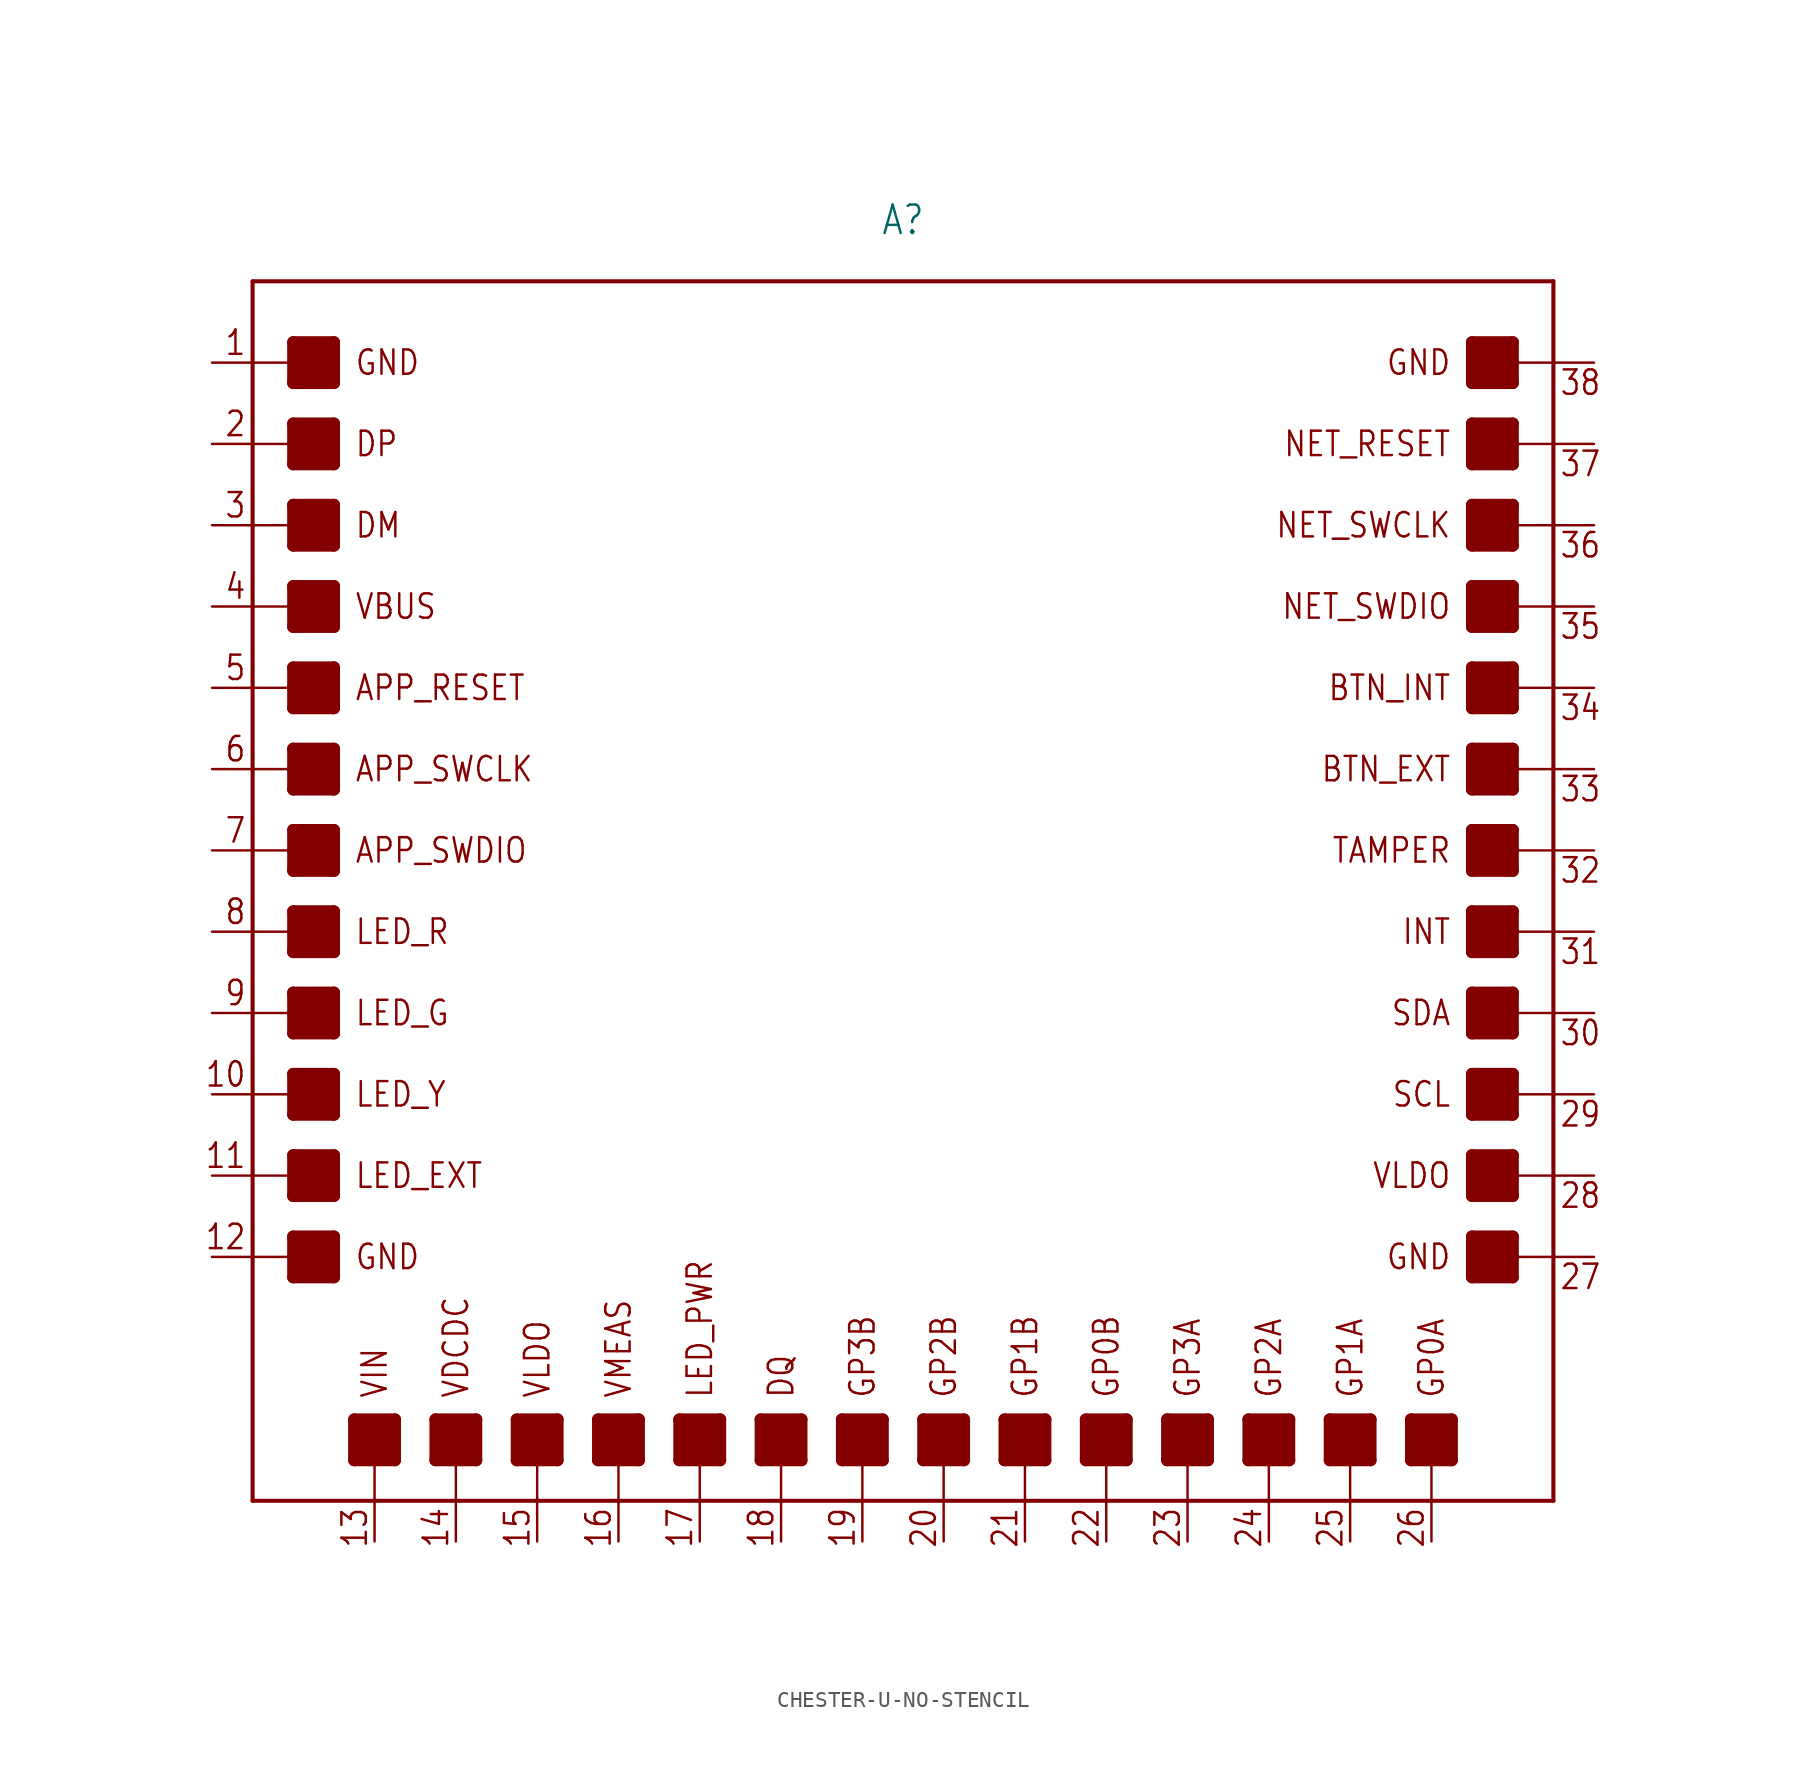
<source format=kicad_sym>
(kicad_symbol_lib
  (version 20231120)
  (generator "kicad_symbol_editor")
  (generator_version "8.0")
  (symbol "CHESTER-U-NO-STENCIL"
    (property "Reference" "A"
      (at 0 40.894 0)
      (effects (font (size 1.778 1.511)) (justify bottom)))
    (property "Value" ""
      (at 0 40.386 0)
      (effects (font (size 1.778 1.511)) (justify top)))
    (property "ki_locked" ""
      (at 0 0 0)
      (effects (font (size 1.27 1.27))))
    (symbol "CHESTER-U-NO-STENCIL_1_0"
      (rectangle (start -38.1 -24.13) (end -35.56 -21.59) (stroke (width 0) (type default)) (fill (type outline)))
      (rectangle (start -38.1 -19.05) (end -35.56 -16.51) (stroke (width 0) (type default)) (fill (type outline)))
      (rectangle (start -38.1 -13.97) (end -35.56 -11.43) (stroke (width 0) (type default)) (fill (type outline)))
      (rectangle (start -38.1 -8.89) (end -35.56 -6.35) (stroke (width 0) (type default)) (fill (type outline)))
      (rectangle (start -38.1 -3.81) (end -35.56 -1.27) (stroke (width 0) (type default)) (fill (type outline)))
      (rectangle (start -38.1 1.27) (end -35.56 3.81) (stroke (width 0) (type default)) (fill (type outline)))
      (rectangle (start -38.1 6.35) (end -35.56 8.89) (stroke (width 0) (type default)) (fill (type outline)))
      (rectangle (start -38.1 11.43) (end -35.56 13.97) (stroke (width 0) (type default)) (fill (type outline)))
      (rectangle (start -38.1 16.51) (end -35.56 19.05) (stroke (width 0) (type default)) (fill (type outline)))
      (rectangle (start -38.1 21.59) (end -35.56 24.13) (stroke (width 0) (type default)) (fill (type outline)))
      (rectangle (start -38.1 26.67) (end -35.56 29.21) (stroke (width 0) (type default)) (fill (type outline)))
      (rectangle (start -38.1 31.75) (end -35.56 34.29) (stroke (width 0) (type default)) (fill (type outline)))
      (rectangle (start -34.29 -33.02) (end -31.75 -35.56) (stroke (width 0) (type default)) (fill (type outline)))
      (rectangle (start -29.21 -33.02) (end -26.67 -35.56) (stroke (width 0) (type default)) (fill (type outline)))
      (rectangle (start -24.13 -33.02) (end -21.59 -35.56) (stroke (width 0) (type default)) (fill (type outline)))
      (rectangle (start -19.05 -33.02) (end -16.51 -35.56) (stroke (width 0) (type default)) (fill (type outline)))
      (rectangle (start -13.97 -33.02) (end -11.43 -35.56) (stroke (width 0) (type default)) (fill (type outline)))
      (rectangle (start -8.89 -33.02) (end -6.35 -35.56) (stroke (width 0) (type default)) (fill (type outline)))
      (rectangle (start -3.81 -33.02) (end -1.27 -35.56) (stroke (width 0) (type default)) (fill (type outline)))
      (polyline (pts (xy -40.64 -38.1) (xy -33.02 -38.1)) (stroke (width 0.254) (type solid)) (fill (type none)))
      (polyline (pts (xy -40.64 -22.86) (xy -40.64 -38.1)) (stroke (width 0.254) (type solid)) (fill (type none)))
      (polyline (pts (xy -40.64 -22.86) (xy -38.1 -22.86)) (stroke (width 0.152) (type solid)) (fill (type none)))
      (polyline (pts (xy -40.64 -17.78) (xy -40.64 -22.86)) (stroke (width 0.254) (type solid)) (fill (type none)))
      (polyline (pts (xy -40.64 -17.78) (xy -38.1 -17.78)) (stroke (width 0.152) (type solid)) (fill (type none)))
      (polyline (pts (xy -40.64 -12.7) (xy -40.64 -17.78)) (stroke (width 0.254) (type solid)) (fill (type none)))
      (polyline (pts (xy -40.64 -12.7) (xy -38.1 -12.7)) (stroke (width 0.152) (type solid)) (fill (type none)))
      (polyline (pts (xy -40.64 -7.62) (xy -40.64 -12.7)) (stroke (width 0.254) (type solid)) (fill (type none)))
      (polyline (pts (xy -40.64 -7.62) (xy -38.1 -7.62)) (stroke (width 0.152) (type solid)) (fill (type none)))
      (polyline (pts (xy -40.64 -2.54) (xy -40.64 -7.62)) (stroke (width 0.254) (type solid)) (fill (type none)))
      (polyline (pts (xy -40.64 -2.54) (xy -38.1 -2.54)) (stroke (width 0.152) (type solid)) (fill (type none)))
      (polyline (pts (xy -40.64 2.54) (xy -40.64 -2.54)) (stroke (width 0.254) (type solid)) (fill (type none)))
      (polyline (pts (xy -40.64 2.54) (xy -38.1 2.54)) (stroke (width 0.152) (type solid)) (fill (type none)))
      (polyline (pts (xy -40.64 7.62) (xy -40.64 2.54)) (stroke (width 0.254) (type solid)) (fill (type none)))
      (polyline (pts (xy -40.64 7.62) (xy -38.1 7.62)) (stroke (width 0.152) (type solid)) (fill (type none)))
      (polyline (pts (xy -40.64 12.7) (xy -40.64 7.62)) (stroke (width 0.254) (type solid)) (fill (type none)))
      (polyline (pts (xy -40.64 12.7) (xy -38.1 12.7)) (stroke (width 0.152) (type solid)) (fill (type none)))
      (polyline (pts (xy -40.64 17.78) (xy -40.64 12.7)) (stroke (width 0.254) (type solid)) (fill (type none)))
      (polyline (pts (xy -40.64 17.78) (xy -38.1 17.78)) (stroke (width 0.152) (type solid)) (fill (type none)))
      (polyline (pts (xy -40.64 22.86) (xy -40.64 17.78)) (stroke (width 0.254) (type solid)) (fill (type none)))
      (polyline (pts (xy -40.64 22.86) (xy -38.1 22.86)) (stroke (width 0.152) (type solid)) (fill (type none)))
      (polyline (pts (xy -40.64 27.94) (xy -40.64 22.86)) (stroke (width 0.254) (type solid)) (fill (type none)))
      (polyline (pts (xy -40.64 27.94) (xy -38.1 27.94)) (stroke (width 0.152) (type solid)) (fill (type none)))
      (polyline (pts (xy -40.64 33.02) (xy -40.64 27.94)) (stroke (width 0.254) (type solid)) (fill (type none)))
      (polyline (pts (xy -40.64 33.02) (xy -38.1 33.02)) (stroke (width 0.152) (type solid)) (fill (type none)))
      (polyline (pts (xy -40.64 38.1) (xy -40.64 33.02)) (stroke (width 0.254) (type solid)) (fill (type none)))
      (polyline (pts (xy -40.64 38.1) (xy 40.64 38.1)) (stroke (width 0.254) (type solid)) (fill (type none)))
      (polyline (pts (xy -38.1 -24.13) (xy -35.56 -24.13)) (stroke (width 0.762) (type solid)) (fill (type none)))
      (polyline (pts (xy -38.1 -22.86) (xy -38.1 -24.13)) (stroke (width 0.762) (type solid)) (fill (type none)))
      (polyline (pts (xy -38.1 -21.59) (xy -38.1 -22.86)) (stroke (width 0.762) (type solid)) (fill (type none)))
      (polyline (pts (xy -38.1 -21.59) (xy -35.56 -21.59)) (stroke (width 0.762) (type solid)) (fill (type none)))
      (polyline (pts (xy -38.1 -19.05) (xy -35.56 -19.05)) (stroke (width 0.762) (type solid)) (fill (type none)))
      (polyline (pts (xy -38.1 -17.78) (xy -38.1 -19.05)) (stroke (width 0.762) (type solid)) (fill (type none)))
      (polyline (pts (xy -38.1 -16.51) (xy -38.1 -17.78)) (stroke (width 0.762) (type solid)) (fill (type none)))
      (polyline (pts (xy -38.1 -16.51) (xy -35.56 -16.51)) (stroke (width 0.762) (type solid)) (fill (type none)))
      (polyline (pts (xy -38.1 -13.97) (xy -35.56 -13.97)) (stroke (width 0.762) (type solid)) (fill (type none)))
      (polyline (pts (xy -38.1 -12.7) (xy -38.1 -13.97)) (stroke (width 0.762) (type solid)) (fill (type none)))
      (polyline (pts (xy -38.1 -11.43) (xy -38.1 -12.7)) (stroke (width 0.762) (type solid)) (fill (type none)))
      (polyline (pts (xy -38.1 -11.43) (xy -35.56 -11.43)) (stroke (width 0.762) (type solid)) (fill (type none)))
      (polyline (pts (xy -38.1 -8.89) (xy -35.56 -8.89)) (stroke (width 0.762) (type solid)) (fill (type none)))
      (polyline (pts (xy -38.1 -7.62) (xy -38.1 -8.89)) (stroke (width 0.762) (type solid)) (fill (type none)))
      (polyline (pts (xy -38.1 -6.35) (xy -38.1 -7.62)) (stroke (width 0.762) (type solid)) (fill (type none)))
      (polyline (pts (xy -38.1 -6.35) (xy -35.56 -6.35)) (stroke (width 0.762) (type solid)) (fill (type none)))
      (polyline (pts (xy -38.1 -3.81) (xy -35.56 -3.81)) (stroke (width 0.762) (type solid)) (fill (type none)))
      (polyline (pts (xy -38.1 -2.54) (xy -38.1 -3.81)) (stroke (width 0.762) (type solid)) (fill (type none)))
      (polyline (pts (xy -38.1 -1.27) (xy -38.1 -2.54)) (stroke (width 0.762) (type solid)) (fill (type none)))
      (polyline (pts (xy -38.1 -1.27) (xy -35.56 -1.27)) (stroke (width 0.762) (type solid)) (fill (type none)))
      (polyline (pts (xy -38.1 1.27) (xy -35.56 1.27)) (stroke (width 0.762) (type solid)) (fill (type none)))
      (polyline (pts (xy -38.1 2.54) (xy -38.1 1.27)) (stroke (width 0.762) (type solid)) (fill (type none)))
      (polyline (pts (xy -38.1 3.81) (xy -38.1 2.54)) (stroke (width 0.762) (type solid)) (fill (type none)))
      (polyline (pts (xy -38.1 3.81) (xy -35.56 3.81)) (stroke (width 0.762) (type solid)) (fill (type none)))
      (polyline (pts (xy -38.1 6.35) (xy -35.56 6.35)) (stroke (width 0.762) (type solid)) (fill (type none)))
      (polyline (pts (xy -38.1 7.62) (xy -38.1 6.35)) (stroke (width 0.762) (type solid)) (fill (type none)))
      (polyline (pts (xy -38.1 8.89) (xy -38.1 7.62)) (stroke (width 0.762) (type solid)) (fill (type none)))
      (polyline (pts (xy -38.1 8.89) (xy -35.56 8.89)) (stroke (width 0.762) (type solid)) (fill (type none)))
      (polyline (pts (xy -38.1 11.43) (xy -35.56 11.43)) (stroke (width 0.762) (type solid)) (fill (type none)))
      (polyline (pts (xy -38.1 12.7) (xy -38.1 11.43)) (stroke (width 0.762) (type solid)) (fill (type none)))
      (polyline (pts (xy -38.1 13.97) (xy -38.1 12.7)) (stroke (width 0.762) (type solid)) (fill (type none)))
      (polyline (pts (xy -38.1 13.97) (xy -35.56 13.97)) (stroke (width 0.762) (type solid)) (fill (type none)))
      (polyline (pts (xy -38.1 16.51) (xy -35.56 16.51)) (stroke (width 0.762) (type solid)) (fill (type none)))
      (polyline (pts (xy -38.1 17.78) (xy -38.1 16.51)) (stroke (width 0.762) (type solid)) (fill (type none)))
      (polyline (pts (xy -38.1 19.05) (xy -38.1 17.78)) (stroke (width 0.762) (type solid)) (fill (type none)))
      (polyline (pts (xy -38.1 19.05) (xy -35.56 19.05)) (stroke (width 0.762) (type solid)) (fill (type none)))
      (polyline (pts (xy -38.1 21.59) (xy -35.56 21.59)) (stroke (width 0.762) (type solid)) (fill (type none)))
      (polyline (pts (xy -38.1 22.86) (xy -38.1 21.59)) (stroke (width 0.762) (type solid)) (fill (type none)))
      (polyline (pts (xy -38.1 24.13) (xy -38.1 22.86)) (stroke (width 0.762) (type solid)) (fill (type none)))
      (polyline (pts (xy -38.1 24.13) (xy -35.56 24.13)) (stroke (width 0.762) (type solid)) (fill (type none)))
      (polyline (pts (xy -38.1 26.67) (xy -35.56 26.67)) (stroke (width 0.762) (type solid)) (fill (type none)))
      (polyline (pts (xy -38.1 27.94) (xy -38.1 26.67)) (stroke (width 0.762) (type solid)) (fill (type none)))
      (polyline (pts (xy -38.1 29.21) (xy -38.1 27.94)) (stroke (width 0.762) (type solid)) (fill (type none)))
      (polyline (pts (xy -38.1 29.21) (xy -35.56 29.21)) (stroke (width 0.762) (type solid)) (fill (type none)))
      (polyline (pts (xy -38.1 31.75) (xy -35.56 31.75)) (stroke (width 0.762) (type solid)) (fill (type none)))
      (polyline (pts (xy -38.1 33.02) (xy -38.1 31.75)) (stroke (width 0.762) (type solid)) (fill (type none)))
      (polyline (pts (xy -38.1 34.29) (xy -38.1 33.02)) (stroke (width 0.762) (type solid)) (fill (type none)))
      (polyline (pts (xy -38.1 34.29) (xy -35.56 34.29)) (stroke (width 0.762) (type solid)) (fill (type none)))
      (polyline (pts (xy -35.56 -24.13) (xy -35.56 -21.59)) (stroke (width 0.762) (type solid)) (fill (type none)))
      (polyline (pts (xy -35.56 -19.05) (xy -35.56 -16.51)) (stroke (width 0.762) (type solid)) (fill (type none)))
      (polyline (pts (xy -35.56 -13.97) (xy -35.56 -11.43)) (stroke (width 0.762) (type solid)) (fill (type none)))
      (polyline (pts (xy -35.56 -8.89) (xy -35.56 -6.35)) (stroke (width 0.762) (type solid)) (fill (type none)))
      (polyline (pts (xy -35.56 -3.81) (xy -35.56 -1.27)) (stroke (width 0.762) (type solid)) (fill (type none)))
      (polyline (pts (xy -35.56 1.27) (xy -35.56 3.81)) (stroke (width 0.762) (type solid)) (fill (type none)))
      (polyline (pts (xy -35.56 6.35) (xy -35.56 8.89)) (stroke (width 0.762) (type solid)) (fill (type none)))
      (polyline (pts (xy -35.56 11.43) (xy -35.56 13.97)) (stroke (width 0.762) (type solid)) (fill (type none)))
      (polyline (pts (xy -35.56 16.51) (xy -35.56 19.05)) (stroke (width 0.762) (type solid)) (fill (type none)))
      (polyline (pts (xy -35.56 21.59) (xy -35.56 24.13)) (stroke (width 0.762) (type solid)) (fill (type none)))
      (polyline (pts (xy -35.56 26.67) (xy -35.56 29.21)) (stroke (width 0.762) (type solid)) (fill (type none)))
      (polyline (pts (xy -35.56 31.75) (xy -35.56 34.29)) (stroke (width 0.762) (type solid)) (fill (type none)))
      (polyline (pts (xy -34.29 -35.56) (xy -34.29 -33.02)) (stroke (width 0.762) (type solid)) (fill (type none)))
      (polyline (pts (xy -34.29 -35.56) (xy -33.02 -35.56)) (stroke (width 0.762) (type solid)) (fill (type none)))
      (polyline (pts (xy -33.02 -38.1) (xy -33.02 -35.56)) (stroke (width 0.152) (type solid)) (fill (type none)))
      (polyline (pts (xy -33.02 -38.1) (xy -27.94 -38.1)) (stroke (width 0.254) (type solid)) (fill (type none)))
      (polyline (pts (xy -33.02 -35.56) (xy -31.75 -35.56)) (stroke (width 0.762) (type solid)) (fill (type none)))
      (polyline (pts (xy -31.75 -35.56) (xy -31.75 -33.02)) (stroke (width 0.762) (type solid)) (fill (type none)))
      (polyline (pts (xy -31.75 -33.02) (xy -34.29 -33.02)) (stroke (width 0.762) (type solid)) (fill (type none)))
      (polyline (pts (xy -29.21 -35.56) (xy -29.21 -33.02)) (stroke (width 0.762) (type solid)) (fill (type none)))
      (polyline (pts (xy -29.21 -35.56) (xy -27.94 -35.56)) (stroke (width 0.762) (type solid)) (fill (type none)))
      (polyline (pts (xy -27.94 -38.1) (xy -27.94 -35.56)) (stroke (width 0.152) (type solid)) (fill (type none)))
      (polyline (pts (xy -27.94 -38.1) (xy -22.86 -38.1)) (stroke (width 0.254) (type solid)) (fill (type none)))
      (polyline (pts (xy -27.94 -35.56) (xy -26.67 -35.56)) (stroke (width 0.762) (type solid)) (fill (type none)))
      (polyline (pts (xy -26.67 -35.56) (xy -26.67 -33.02)) (stroke (width 0.762) (type solid)) (fill (type none)))
      (polyline (pts (xy -26.67 -33.02) (xy -29.21 -33.02)) (stroke (width 0.762) (type solid)) (fill (type none)))
      (polyline (pts (xy -24.13 -35.56) (xy -24.13 -33.02)) (stroke (width 0.762) (type solid)) (fill (type none)))
      (polyline (pts (xy -24.13 -35.56) (xy -22.86 -35.56)) (stroke (width 0.762) (type solid)) (fill (type none)))
      (polyline (pts (xy -22.86 -38.1) (xy -22.86 -35.56)) (stroke (width 0.152) (type solid)) (fill (type none)))
      (polyline (pts (xy -22.86 -38.1) (xy -17.78 -38.1)) (stroke (width 0.254) (type solid)) (fill (type none)))
      (polyline (pts (xy -22.86 -35.56) (xy -21.59 -35.56)) (stroke (width 0.762) (type solid)) (fill (type none)))
      (polyline (pts (xy -21.59 -35.56) (xy -21.59 -33.02)) (stroke (width 0.762) (type solid)) (fill (type none)))
      (polyline (pts (xy -21.59 -33.02) (xy -24.13 -33.02)) (stroke (width 0.762) (type solid)) (fill (type none)))
      (polyline (pts (xy -19.05 -35.56) (xy -19.05 -33.02)) (stroke (width 0.762) (type solid)) (fill (type none)))
      (polyline (pts (xy -19.05 -35.56) (xy -17.78 -35.56)) (stroke (width 0.762) (type solid)) (fill (type none)))
      (polyline (pts (xy -17.78 -38.1) (xy -17.78 -35.56)) (stroke (width 0.152) (type solid)) (fill (type none)))
      (polyline (pts (xy -17.78 -38.1) (xy -12.7 -38.1)) (stroke (width 0.254) (type solid)) (fill (type none)))
      (polyline (pts (xy -17.78 -35.56) (xy -16.51 -35.56)) (stroke (width 0.762) (type solid)) (fill (type none)))
      (polyline (pts (xy -16.51 -35.56) (xy -16.51 -33.02)) (stroke (width 0.762) (type solid)) (fill (type none)))
      (polyline (pts (xy -16.51 -33.02) (xy -19.05 -33.02)) (stroke (width 0.762) (type solid)) (fill (type none)))
      (polyline (pts (xy -13.97 -35.56) (xy -13.97 -33.02)) (stroke (width 0.762) (type solid)) (fill (type none)))
      (polyline (pts (xy -13.97 -35.56) (xy -12.7 -35.56)) (stroke (width 0.762) (type solid)) (fill (type none)))
      (polyline (pts (xy -12.7 -38.1) (xy -12.7 -35.56)) (stroke (width 0.152) (type solid)) (fill (type none)))
      (polyline (pts (xy -12.7 -38.1) (xy -7.62 -38.1)) (stroke (width 0.254) (type solid)) (fill (type none)))
      (polyline (pts (xy -12.7 -35.56) (xy -11.43 -35.56)) (stroke (width 0.762) (type solid)) (fill (type none)))
      (polyline (pts (xy -11.43 -35.56) (xy -11.43 -33.02)) (stroke (width 0.762) (type solid)) (fill (type none)))
      (polyline (pts (xy -11.43 -33.02) (xy -13.97 -33.02)) (stroke (width 0.762) (type solid)) (fill (type none)))
      (polyline (pts (xy -8.89 -35.56) (xy -8.89 -33.02)) (stroke (width 0.762) (type solid)) (fill (type none)))
      (polyline (pts (xy -8.89 -35.56) (xy -7.62 -35.56)) (stroke (width 0.762) (type solid)) (fill (type none)))
      (polyline (pts (xy -7.62 -38.1) (xy -7.62 -35.56)) (stroke (width 0.152) (type solid)) (fill (type none)))
      (polyline (pts (xy -7.62 -38.1) (xy -2.54 -38.1)) (stroke (width 0.254) (type solid)) (fill (type none)))
      (polyline (pts (xy -7.62 -35.56) (xy -6.35 -35.56)) (stroke (width 0.762) (type solid)) (fill (type none)))
      (polyline (pts (xy -6.35 -35.56) (xy -6.35 -33.02)) (stroke (width 0.762) (type solid)) (fill (type none)))
      (polyline (pts (xy -6.35 -33.02) (xy -8.89 -33.02)) (stroke (width 0.762) (type solid)) (fill (type none)))
      (polyline (pts (xy -3.81 -35.56) (xy -3.81 -33.02)) (stroke (width 0.762) (type solid)) (fill (type none)))
      (polyline (pts (xy -3.81 -35.56) (xy -2.54 -35.56)) (stroke (width 0.762) (type solid)) (fill (type none)))
      (polyline (pts (xy -2.54 -38.1) (xy -2.54 -35.56)) (stroke (width 0.152) (type solid)) (fill (type none)))
      (polyline (pts (xy -2.54 -38.1) (xy 2.54 -38.1)) (stroke (width 0.254) (type solid)) (fill (type none)))
      (polyline (pts (xy -2.54 -35.56) (xy -1.27 -35.56)) (stroke (width 0.762) (type solid)) (fill (type none)))
      (polyline (pts (xy -1.27 -35.56) (xy -1.27 -33.02)) (stroke (width 0.762) (type solid)) (fill (type none)))
      (polyline (pts (xy -1.27 -33.02) (xy -3.81 -33.02)) (stroke (width 0.762) (type solid)) (fill (type none)))
      (polyline (pts (xy 1.27 -35.56) (xy 1.27 -33.02)) (stroke (width 0.762) (type solid)) (fill (type none)))
      (polyline (pts (xy 1.27 -35.56) (xy 2.54 -35.56)) (stroke (width 0.762) (type solid)) (fill (type none)))
      (polyline (pts (xy 2.54 -38.1) (xy 2.54 -35.56)) (stroke (width 0.152) (type solid)) (fill (type none)))
      (polyline (pts (xy 2.54 -38.1) (xy 7.62 -38.1)) (stroke (width 0.254) (type solid)) (fill (type none)))
      (polyline (pts (xy 2.54 -35.56) (xy 3.81 -35.56)) (stroke (width 0.762) (type solid)) (fill (type none)))
      (polyline (pts (xy 3.81 -35.56) (xy 3.81 -33.02)) (stroke (width 0.762) (type solid)) (fill (type none)))
      (polyline (pts (xy 3.81 -33.02) (xy 1.27 -33.02)) (stroke (width 0.762) (type solid)) (fill (type none)))
      (polyline (pts (xy 6.35 -35.56) (xy 6.35 -33.02)) (stroke (width 0.762) (type solid)) (fill (type none)))
      (polyline (pts (xy 6.35 -35.56) (xy 7.62 -35.56)) (stroke (width 0.762) (type solid)) (fill (type none)))
      (polyline (pts (xy 7.62 -38.1) (xy 7.62 -35.56)) (stroke (width 0.152) (type solid)) (fill (type none)))
      (polyline (pts (xy 7.62 -38.1) (xy 12.7 -38.1)) (stroke (width 0.254) (type solid)) (fill (type none)))
      (polyline (pts (xy 7.62 -35.56) (xy 8.89 -35.56)) (stroke (width 0.762) (type solid)) (fill (type none)))
      (polyline (pts (xy 8.89 -35.56) (xy 8.89 -33.02)) (stroke (width 0.762) (type solid)) (fill (type none)))
      (polyline (pts (xy 8.89 -33.02) (xy 6.35 -33.02)) (stroke (width 0.762) (type solid)) (fill (type none)))
      (polyline (pts (xy 11.43 -35.56) (xy 11.43 -33.02)) (stroke (width 0.762) (type solid)) (fill (type none)))
      (polyline (pts (xy 11.43 -35.56) (xy 12.7 -35.56)) (stroke (width 0.762) (type solid)) (fill (type none)))
      (polyline (pts (xy 12.7 -38.1) (xy 12.7 -35.56)) (stroke (width 0.152) (type solid)) (fill (type none)))
      (polyline (pts (xy 12.7 -38.1) (xy 17.78 -38.1)) (stroke (width 0.254) (type solid)) (fill (type none)))
      (polyline (pts (xy 12.7 -35.56) (xy 13.97 -35.56)) (stroke (width 0.762) (type solid)) (fill (type none)))
      (polyline (pts (xy 13.97 -35.56) (xy 13.97 -33.02)) (stroke (width 0.762) (type solid)) (fill (type none)))
      (polyline (pts (xy 13.97 -33.02) (xy 11.43 -33.02)) (stroke (width 0.762) (type solid)) (fill (type none)))
      (polyline (pts (xy 16.51 -35.56) (xy 16.51 -33.02)) (stroke (width 0.762) (type solid)) (fill (type none)))
      (polyline (pts (xy 16.51 -35.56) (xy 17.78 -35.56)) (stroke (width 0.762) (type solid)) (fill (type none)))
      (polyline (pts (xy 17.78 -38.1) (xy 17.78 -35.56)) (stroke (width 0.152) (type solid)) (fill (type none)))
      (polyline (pts (xy 17.78 -38.1) (xy 22.86 -38.1)) (stroke (width 0.254) (type solid)) (fill (type none)))
      (polyline (pts (xy 17.78 -35.56) (xy 19.05 -35.56)) (stroke (width 0.762) (type solid)) (fill (type none)))
      (polyline (pts (xy 19.05 -35.56) (xy 19.05 -33.02)) (stroke (width 0.762) (type solid)) (fill (type none)))
      (polyline (pts (xy 19.05 -33.02) (xy 16.51 -33.02)) (stroke (width 0.762) (type solid)) (fill (type none)))
      (polyline (pts (xy 21.59 -35.56) (xy 21.59 -33.02)) (stroke (width 0.762) (type solid)) (fill (type none)))
      (polyline (pts (xy 21.59 -35.56) (xy 22.86 -35.56)) (stroke (width 0.762) (type solid)) (fill (type none)))
      (polyline (pts (xy 22.86 -38.1) (xy 22.86 -35.56)) (stroke (width 0.152) (type solid)) (fill (type none)))
      (polyline (pts (xy 22.86 -38.1) (xy 27.94 -38.1)) (stroke (width 0.254) (type solid)) (fill (type none)))
      (polyline (pts (xy 22.86 -35.56) (xy 24.13 -35.56)) (stroke (width 0.762) (type solid)) (fill (type none)))
      (polyline (pts (xy 24.13 -35.56) (xy 24.13 -33.02)) (stroke (width 0.762) (type solid)) (fill (type none)))
      (polyline (pts (xy 24.13 -33.02) (xy 21.59 -33.02)) (stroke (width 0.762) (type solid)) (fill (type none)))
      (polyline (pts (xy 26.67 -35.56) (xy 26.67 -33.02)) (stroke (width 0.762) (type solid)) (fill (type none)))
      (polyline (pts (xy 26.67 -35.56) (xy 27.94 -35.56)) (stroke (width 0.762) (type solid)) (fill (type none)))
      (polyline (pts (xy 27.94 -38.1) (xy 27.94 -35.56)) (stroke (width 0.152) (type solid)) (fill (type none)))
      (polyline (pts (xy 27.94 -38.1) (xy 33.02 -38.1)) (stroke (width 0.254) (type solid)) (fill (type none)))
      (polyline (pts (xy 27.94 -35.56) (xy 29.21 -35.56)) (stroke (width 0.762) (type solid)) (fill (type none)))
      (polyline (pts (xy 29.21 -35.56) (xy 29.21 -33.02)) (stroke (width 0.762) (type solid)) (fill (type none)))
      (polyline (pts (xy 29.21 -33.02) (xy 26.67 -33.02)) (stroke (width 0.762) (type solid)) (fill (type none)))
      (polyline (pts (xy 31.75 -35.56) (xy 31.75 -33.02)) (stroke (width 0.762) (type solid)) (fill (type none)))
      (polyline (pts (xy 31.75 -35.56) (xy 33.02 -35.56)) (stroke (width 0.762) (type solid)) (fill (type none)))
      (polyline (pts (xy 33.02 -38.1) (xy 33.02 -35.56)) (stroke (width 0.152) (type solid)) (fill (type none)))
      (polyline (pts (xy 33.02 -38.1) (xy 40.64 -38.1)) (stroke (width 0.254) (type solid)) (fill (type none)))
      (polyline (pts (xy 33.02 -35.56) (xy 34.29 -35.56)) (stroke (width 0.762) (type solid)) (fill (type none)))
      (polyline (pts (xy 34.29 -35.56) (xy 34.29 -33.02)) (stroke (width 0.762) (type solid)) (fill (type none)))
      (polyline (pts (xy 34.29 -33.02) (xy 31.75 -33.02)) (stroke (width 0.762) (type solid)) (fill (type none)))
      (polyline (pts (xy 35.56 -21.59) (xy 35.56 -24.13)) (stroke (width 0.762) (type solid)) (fill (type none)))
      (polyline (pts (xy 35.56 -16.51) (xy 35.56 -19.05)) (stroke (width 0.762) (type solid)) (fill (type none)))
      (polyline (pts (xy 35.56 -11.43) (xy 35.56 -13.97)) (stroke (width 0.762) (type solid)) (fill (type none)))
      (polyline (pts (xy 35.56 -6.35) (xy 35.56 -8.89)) (stroke (width 0.762) (type solid)) (fill (type none)))
      (polyline (pts (xy 35.56 -1.27) (xy 35.56 -3.81)) (stroke (width 0.762) (type solid)) (fill (type none)))
      (polyline (pts (xy 35.56 3.81) (xy 35.56 1.27)) (stroke (width 0.762) (type solid)) (fill (type none)))
      (polyline (pts (xy 35.56 8.89) (xy 35.56 6.35)) (stroke (width 0.762) (type solid)) (fill (type none)))
      (polyline (pts (xy 35.56 13.97) (xy 35.56 11.43)) (stroke (width 0.762) (type solid)) (fill (type none)))
      (polyline (pts (xy 35.56 19.05) (xy 35.56 16.51)) (stroke (width 0.762) (type solid)) (fill (type none)))
      (polyline (pts (xy 35.56 24.13) (xy 35.56 21.59)) (stroke (width 0.762) (type solid)) (fill (type none)))
      (polyline (pts (xy 35.56 29.21) (xy 35.56 26.67)) (stroke (width 0.762) (type solid)) (fill (type none)))
      (polyline (pts (xy 35.56 34.29) (xy 35.56 31.75)) (stroke (width 0.762) (type solid)) (fill (type none)))
      (polyline (pts (xy 38.1 -24.13) (xy 35.56 -24.13)) (stroke (width 0.762) (type solid)) (fill (type none)))
      (polyline (pts (xy 38.1 -24.13) (xy 38.1 -22.86)) (stroke (width 0.762) (type solid)) (fill (type none)))
      (polyline (pts (xy 38.1 -22.86) (xy 38.1 -21.59)) (stroke (width 0.762) (type solid)) (fill (type none)))
      (polyline (pts (xy 38.1 -21.59) (xy 35.56 -21.59)) (stroke (width 0.762) (type solid)) (fill (type none)))
      (polyline (pts (xy 38.1 -19.05) (xy 35.56 -19.05)) (stroke (width 0.762) (type solid)) (fill (type none)))
      (polyline (pts (xy 38.1 -19.05) (xy 38.1 -17.78)) (stroke (width 0.762) (type solid)) (fill (type none)))
      (polyline (pts (xy 38.1 -17.78) (xy 38.1 -16.51)) (stroke (width 0.762) (type solid)) (fill (type none)))
      (polyline (pts (xy 38.1 -16.51) (xy 35.56 -16.51)) (stroke (width 0.762) (type solid)) (fill (type none)))
      (polyline (pts (xy 38.1 -13.97) (xy 35.56 -13.97)) (stroke (width 0.762) (type solid)) (fill (type none)))
      (polyline (pts (xy 38.1 -13.97) (xy 38.1 -12.7)) (stroke (width 0.762) (type solid)) (fill (type none)))
      (polyline (pts (xy 38.1 -12.7) (xy 38.1 -11.43)) (stroke (width 0.762) (type solid)) (fill (type none)))
      (polyline (pts (xy 38.1 -11.43) (xy 35.56 -11.43)) (stroke (width 0.762) (type solid)) (fill (type none)))
      (polyline (pts (xy 38.1 -8.89) (xy 35.56 -8.89)) (stroke (width 0.762) (type solid)) (fill (type none)))
      (polyline (pts (xy 38.1 -8.89) (xy 38.1 -7.62)) (stroke (width 0.762) (type solid)) (fill (type none)))
      (polyline (pts (xy 38.1 -7.62) (xy 38.1 -6.35)) (stroke (width 0.762) (type solid)) (fill (type none)))
      (polyline (pts (xy 38.1 -6.35) (xy 35.56 -6.35)) (stroke (width 0.762) (type solid)) (fill (type none)))
      (polyline (pts (xy 38.1 -3.81) (xy 35.56 -3.81)) (stroke (width 0.762) (type solid)) (fill (type none)))
      (polyline (pts (xy 38.1 -3.81) (xy 38.1 -2.54)) (stroke (width 0.762) (type solid)) (fill (type none)))
      (polyline (pts (xy 38.1 -2.54) (xy 38.1 -1.27)) (stroke (width 0.762) (type solid)) (fill (type none)))
      (polyline (pts (xy 38.1 -1.27) (xy 35.56 -1.27)) (stroke (width 0.762) (type solid)) (fill (type none)))
      (polyline (pts (xy 38.1 1.27) (xy 35.56 1.27)) (stroke (width 0.762) (type solid)) (fill (type none)))
      (polyline (pts (xy 38.1 1.27) (xy 38.1 2.54)) (stroke (width 0.762) (type solid)) (fill (type none)))
      (polyline (pts (xy 38.1 2.54) (xy 38.1 3.81)) (stroke (width 0.762) (type solid)) (fill (type none)))
      (polyline (pts (xy 38.1 3.81) (xy 35.56 3.81)) (stroke (width 0.762) (type solid)) (fill (type none)))
      (polyline (pts (xy 38.1 6.35) (xy 35.56 6.35)) (stroke (width 0.762) (type solid)) (fill (type none)))
      (polyline (pts (xy 38.1 6.35) (xy 38.1 7.62)) (stroke (width 0.762) (type solid)) (fill (type none)))
      (polyline (pts (xy 38.1 7.62) (xy 38.1 8.89)) (stroke (width 0.762) (type solid)) (fill (type none)))
      (polyline (pts (xy 38.1 8.89) (xy 35.56 8.89)) (stroke (width 0.762) (type solid)) (fill (type none)))
      (polyline (pts (xy 38.1 11.43) (xy 35.56 11.43)) (stroke (width 0.762) (type solid)) (fill (type none)))
      (polyline (pts (xy 38.1 11.43) (xy 38.1 12.7)) (stroke (width 0.762) (type solid)) (fill (type none)))
      (polyline (pts (xy 38.1 12.7) (xy 38.1 13.97)) (stroke (width 0.762) (type solid)) (fill (type none)))
      (polyline (pts (xy 38.1 13.97) (xy 35.56 13.97)) (stroke (width 0.762) (type solid)) (fill (type none)))
      (polyline (pts (xy 38.1 16.51) (xy 35.56 16.51)) (stroke (width 0.762) (type solid)) (fill (type none)))
      (polyline (pts (xy 38.1 16.51) (xy 38.1 17.78)) (stroke (width 0.762) (type solid)) (fill (type none)))
      (polyline (pts (xy 38.1 17.78) (xy 38.1 19.05)) (stroke (width 0.762) (type solid)) (fill (type none)))
      (polyline (pts (xy 38.1 19.05) (xy 35.56 19.05)) (stroke (width 0.762) (type solid)) (fill (type none)))
      (polyline (pts (xy 38.1 21.59) (xy 35.56 21.59)) (stroke (width 0.762) (type solid)) (fill (type none)))
      (polyline (pts (xy 38.1 21.59) (xy 38.1 22.86)) (stroke (width 0.762) (type solid)) (fill (type none)))
      (polyline (pts (xy 38.1 22.86) (xy 38.1 24.13)) (stroke (width 0.762) (type solid)) (fill (type none)))
      (polyline (pts (xy 38.1 24.13) (xy 35.56 24.13)) (stroke (width 0.762) (type solid)) (fill (type none)))
      (polyline (pts (xy 38.1 26.67) (xy 35.56 26.67)) (stroke (width 0.762) (type solid)) (fill (type none)))
      (polyline (pts (xy 38.1 26.67) (xy 38.1 27.94)) (stroke (width 0.762) (type solid)) (fill (type none)))
      (polyline (pts (xy 38.1 27.94) (xy 38.1 29.21)) (stroke (width 0.762) (type solid)) (fill (type none)))
      (polyline (pts (xy 38.1 29.21) (xy 35.56 29.21)) (stroke (width 0.762) (type solid)) (fill (type none)))
      (polyline (pts (xy 38.1 31.75) (xy 35.56 31.75)) (stroke (width 0.762) (type solid)) (fill (type none)))
      (polyline (pts (xy 38.1 31.75) (xy 38.1 33.02)) (stroke (width 0.762) (type solid)) (fill (type none)))
      (polyline (pts (xy 38.1 33.02) (xy 38.1 34.29)) (stroke (width 0.762) (type solid)) (fill (type none)))
      (polyline (pts (xy 38.1 34.29) (xy 35.56 34.29)) (stroke (width 0.762) (type solid)) (fill (type none)))
      (polyline (pts (xy 40.64 -38.1) (xy 40.64 -22.86)) (stroke (width 0.254) (type solid)) (fill (type none)))
      (polyline (pts (xy 40.64 -22.86) (xy 38.1 -22.86)) (stroke (width 0.152) (type solid)) (fill (type none)))
      (polyline (pts (xy 40.64 -22.86) (xy 40.64 -17.78)) (stroke (width 0.254) (type solid)) (fill (type none)))
      (polyline (pts (xy 40.64 -17.78) (xy 38.1 -17.78)) (stroke (width 0.152) (type solid)) (fill (type none)))
      (polyline (pts (xy 40.64 -17.78) (xy 40.64 -12.7)) (stroke (width 0.254) (type solid)) (fill (type none)))
      (polyline (pts (xy 40.64 -12.7) (xy 38.1 -12.7)) (stroke (width 0.152) (type solid)) (fill (type none)))
      (polyline (pts (xy 40.64 -12.7) (xy 40.64 -7.62)) (stroke (width 0.254) (type solid)) (fill (type none)))
      (polyline (pts (xy 40.64 -7.62) (xy 38.1 -7.62)) (stroke (width 0.152) (type solid)) (fill (type none)))
      (polyline (pts (xy 40.64 -7.62) (xy 40.64 -2.54)) (stroke (width 0.254) (type solid)) (fill (type none)))
      (polyline (pts (xy 40.64 -2.54) (xy 38.1 -2.54)) (stroke (width 0.152) (type solid)) (fill (type none)))
      (polyline (pts (xy 40.64 -2.54) (xy 40.64 2.54)) (stroke (width 0.254) (type solid)) (fill (type none)))
      (polyline (pts (xy 40.64 2.54) (xy 38.1 2.54)) (stroke (width 0.152) (type solid)) (fill (type none)))
      (polyline (pts (xy 40.64 2.54) (xy 40.64 7.62)) (stroke (width 0.254) (type solid)) (fill (type none)))
      (polyline (pts (xy 40.64 7.62) (xy 38.1 7.62)) (stroke (width 0.152) (type solid)) (fill (type none)))
      (polyline (pts (xy 40.64 7.62) (xy 40.64 12.7)) (stroke (width 0.254) (type solid)) (fill (type none)))
      (polyline (pts (xy 40.64 12.7) (xy 38.1 12.7)) (stroke (width 0.152) (type solid)) (fill (type none)))
      (polyline (pts (xy 40.64 12.7) (xy 40.64 17.78)) (stroke (width 0.254) (type solid)) (fill (type none)))
      (polyline (pts (xy 40.64 17.78) (xy 38.1 17.78)) (stroke (width 0.152) (type solid)) (fill (type none)))
      (polyline (pts (xy 40.64 17.78) (xy 40.64 22.86)) (stroke (width 0.254) (type solid)) (fill (type none)))
      (polyline (pts (xy 40.64 22.86) (xy 38.1 22.86)) (stroke (width 0.152) (type solid)) (fill (type none)))
      (polyline (pts (xy 40.64 22.86) (xy 40.64 27.94)) (stroke (width 0.254) (type solid)) (fill (type none)))
      (polyline (pts (xy 40.64 27.94) (xy 38.1 27.94)) (stroke (width 0.152) (type solid)) (fill (type none)))
      (polyline (pts (xy 40.64 27.94) (xy 40.64 33.02)) (stroke (width 0.254) (type solid)) (fill (type none)))
      (polyline (pts (xy 40.64 33.02) (xy 38.1 33.02)) (stroke (width 0.152) (type solid)) (fill (type none)))
      (polyline (pts (xy 40.64 33.02) (xy 40.64 38.1)) (stroke (width 0.254) (type solid)) (fill (type none)))
      (rectangle (start 1.27 -33.02) (end 3.81 -35.56) (stroke (width 0) (type default)) (fill (type outline)))
      (rectangle (start 6.35 -33.02) (end 8.89 -35.56) (stroke (width 0) (type default)) (fill (type outline)))
      (rectangle (start 11.43 -33.02) (end 13.97 -35.56) (stroke (width 0) (type default)) (fill (type outline)))
      (rectangle (start 16.51 -33.02) (end 19.05 -35.56) (stroke (width 0) (type default)) (fill (type outline)))
      (rectangle (start 21.59 -33.02) (end 24.13 -35.56) (stroke (width 0) (type default)) (fill (type outline)))
      (rectangle (start 26.67 -33.02) (end 29.21 -35.56) (stroke (width 0) (type default)) (fill (type outline)))
      (rectangle (start 31.75 -33.02) (end 34.29 -35.56) (stroke (width 0) (type default)) (fill (type outline)))
      (rectangle (start 38.1 -21.59) (end 35.56 -24.13) (stroke (width 0) (type default)) (fill (type outline)))
      (rectangle (start 38.1 -16.51) (end 35.56 -19.05) (stroke (width 0) (type default)) (fill (type outline)))
      (rectangle (start 38.1 -11.43) (end 35.56 -13.97) (stroke (width 0) (type default)) (fill (type outline)))
      (rectangle (start 38.1 -6.35) (end 35.56 -8.89) (stroke (width 0) (type default)) (fill (type outline)))
      (rectangle (start 38.1 -1.27) (end 35.56 -3.81) (stroke (width 0) (type default)) (fill (type outline)))
      (rectangle (start 38.1 3.81) (end 35.56 1.27) (stroke (width 0) (type default)) (fill (type outline)))
      (rectangle (start 38.1 8.89) (end 35.56 6.35) (stroke (width 0) (type default)) (fill (type outline)))
      (rectangle (start 38.1 13.97) (end 35.56 11.43) (stroke (width 0) (type default)) (fill (type outline)))
      (rectangle (start 38.1 19.05) (end 35.56 16.51) (stroke (width 0) (type default)) (fill (type outline)))
      (rectangle (start 38.1 24.13) (end 35.56 21.59) (stroke (width 0) (type default)) (fill (type outline)))
      (rectangle (start 38.1 29.21) (end 35.56 26.67) (stroke (width 0) (type default)) (fill (type outline)))
      (rectangle (start 38.1 34.29) (end 35.56 31.75) (stroke (width 0) (type default)) (fill (type outline)))
      (text "1" (at -40.996 33.376 0) (effects (font (size 1.524 1.295)) (justify right bottom)))
      (text "10" (at -40.996 -12.344 0) (effects (font (size 1.524 1.295)) (justify right bottom)))
      (text "11" (at -40.996 -17.424 0) (effects (font (size 1.524 1.295)) (justify right bottom)))
      (text "12" (at -40.996 -22.504 0) (effects (font (size 1.524 1.295)) (justify right bottom)))
      (text "13" (at -33.376 -38.456 900) (effects (font (size 1.524 1.295)) (justify right bottom)))
      (text "14" (at -28.296 -38.456 900) (effects (font (size 1.524 1.295)) (justify right bottom)))
      (text "15" (at -23.216 -38.456 900) (effects (font (size 1.524 1.295)) (justify right bottom)))
      (text "16" (at -18.136 -38.456 900) (effects (font (size 1.524 1.295)) (justify right bottom)))
      (text "17" (at -13.056 -38.456 900) (effects (font (size 1.524 1.295)) (justify right bottom)))
      (text "18" (at -7.976 -38.456 900) (effects (font (size 1.524 1.295)) (justify right bottom)))
      (text "19" (at -2.896 -38.456 900) (effects (font (size 1.524 1.295)) (justify right bottom)))
      (text "2" (at -40.996 28.296 0) (effects (font (size 1.524 1.295)) (justify right bottom)))
      (text "20" (at 2.184 -38.456 900) (effects (font (size 1.524 1.295)) (justify right bottom)))
      (text "21" (at 7.264 -38.456 900) (effects (font (size 1.524 1.295)) (justify right bottom)))
      (text "22" (at 12.344 -38.456 900) (effects (font (size 1.524 1.295)) (justify right bottom)))
      (text "23" (at 17.424 -38.456 900) (effects (font (size 1.524 1.295)) (justify right bottom)))
      (text "24" (at 22.504 -38.456 900) (effects (font (size 1.524 1.295)) (justify right bottom)))
      (text "25" (at 27.584 -38.456 900) (effects (font (size 1.524 1.295)) (justify right bottom)))
      (text "26" (at 32.664 -38.456 900) (effects (font (size 1.524 1.295)) (justify right bottom)))
      (text "27" (at 40.996 -23.216 0) (effects (font (size 1.524 1.295)) (justify left top)))
      (text "28" (at 40.996 -18.136 0) (effects (font (size 1.524 1.295)) (justify left top)))
      (text "29" (at 40.996 -13.056 0) (effects (font (size 1.524 1.295)) (justify left top)))
      (text "3" (at -40.996 23.216 0) (effects (font (size 1.524 1.295)) (justify right bottom)))
      (text "30" (at 40.996 -7.976 0) (effects (font (size 1.524 1.295)) (justify left top)))
      (text "31" (at 40.996 -2.896 0) (effects (font (size 1.524 1.295)) (justify left top)))
      (text "32" (at 40.996 2.184 0) (effects (font (size 1.524 1.295)) (justify left top)))
      (text "33" (at 40.996 7.264 0) (effects (font (size 1.524 1.295)) (justify left top)))
      (text "34" (at 40.996 12.344 0) (effects (font (size 1.524 1.295)) (justify left top)))
      (text "35" (at 40.996 17.424 0) (effects (font (size 1.524 1.295)) (justify left top)))
      (text "36" (at 40.996 22.504 0) (effects (font (size 1.524 1.295)) (justify left top)))
      (text "37" (at 40.996 27.584 0) (effects (font (size 1.524 1.295)) (justify left top)))
      (text "38" (at 40.996 32.664 0) (effects (font (size 1.524 1.295)) (justify left top)))
      (text "4" (at -40.996 18.136 0) (effects (font (size 1.524 1.295)) (justify right bottom)))
      (text "5" (at -40.996 13.056 0) (effects (font (size 1.524 1.295)) (justify right bottom)))
      (text "6" (at -40.996 7.976 0) (effects (font (size 1.524 1.295)) (justify right bottom)))
      (text "7" (at -40.996 2.896 0) (effects (font (size 1.524 1.295)) (justify right bottom)))
      (text "8" (at -40.996 -2.184 0) (effects (font (size 1.524 1.295)) (justify right bottom)))
      (text "9" (at -40.996 -7.264 0) (effects (font (size 1.524 1.295)) (justify right bottom)))
      (text "APP_RESET" (at -34.29 12.7 0) (effects (font (size 1.524 1.295)) (justify left)))
      (text "APP_SWCLK" (at -34.29 7.62 0) (effects (font (size 1.524 1.295)) (justify left)))
      (text "APP_SWDIO" (at -34.29 2.54 0) (effects (font (size 1.524 1.295)) (justify left)))
      (text "BTN_EXT" (at 34.29 7.62 0) (effects (font (size 1.524 1.295)) (justify right)))
      (text "BTN_INT" (at 34.29 12.7 0) (effects (font (size 1.524 1.295)) (justify right)))
      (text "DM" (at -34.29 22.86 0) (effects (font (size 1.524 1.295)) (justify left)))
      (text "DP" (at -34.29 27.94 0) (effects (font (size 1.524 1.295)) (justify left)))
      (text "DQ" (at -7.62 -31.75 900) (effects (font (size 1.524 1.295)) (justify left)))
      (text "GND" (at -34.29 -22.86 0) (effects (font (size 1.524 1.295)) (justify left)))
      (text "GND" (at -34.29 33.02 0) (effects (font (size 1.524 1.295)) (justify left)))
      (text "GND" (at 34.29 -22.86 0) (effects (font (size 1.524 1.295)) (justify right)))
      (text "GND" (at 34.29 33.02 0) (effects (font (size 1.524 1.295)) (justify right)))
      (text "GP0A" (at 33.02 -31.75 900) (effects (font (size 1.524 1.295)) (justify left)))
      (text "GP0B" (at 12.7 -31.75 900) (effects (font (size 1.524 1.295)) (justify left)))
      (text "GP1A" (at 27.94 -31.75 900) (effects (font (size 1.524 1.295)) (justify left)))
      (text "GP1B" (at 7.62 -31.75 900) (effects (font (size 1.524 1.295)) (justify left)))
      (text "GP2A" (at 22.86 -31.75 900) (effects (font (size 1.524 1.295)) (justify left)))
      (text "GP2B" (at 2.54 -31.75 900) (effects (font (size 1.524 1.295)) (justify left)))
      (text "GP3A" (at 17.78 -31.75 900) (effects (font (size 1.524 1.295)) (justify left)))
      (text "GP3B" (at -2.54 -31.75 900) (effects (font (size 1.524 1.295)) (justify left)))
      (text "INT" (at 34.29 -2.54 0) (effects (font (size 1.524 1.295)) (justify right)))
      (text "LED_EXT" (at -34.29 -17.78 0) (effects (font (size 1.524 1.295)) (justify left)))
      (text "LED_G" (at -34.29 -7.62 0) (effects (font (size 1.524 1.295)) (justify left)))
      (text "LED_PWR" (at -12.7 -31.75 900) (effects (font (size 1.524 1.295)) (justify left)))
      (text "LED_R" (at -34.29 -2.54 0) (effects (font (size 1.524 1.295)) (justify left)))
      (text "LED_Y" (at -34.29 -12.7 0) (effects (font (size 1.524 1.295)) (justify left)))
      (text "NET_RESET" (at 34.29 27.94 0) (effects (font (size 1.524 1.295)) (justify right)))
      (text "NET_SWCLK" (at 34.29 22.86 0) (effects (font (size 1.524 1.295)) (justify right)))
      (text "NET_SWDIO" (at 34.29 17.78 0) (effects (font (size 1.524 1.295)) (justify right)))
      (text "SCL" (at 34.29 -12.7 0) (effects (font (size 1.524 1.295)) (justify right)))
      (text "SDA" (at 34.29 -7.62 0) (effects (font (size 1.524 1.295)) (justify right)))
      (text "TAMPER" (at 34.29 2.54 0) (effects (font (size 1.524 1.295)) (justify right)))
      (text "VBUS" (at -34.29 17.78 0) (effects (font (size 1.524 1.295)) (justify left)))
      (text "VDCDC" (at -27.94 -31.75 900) (effects (font (size 1.524 1.295)) (justify left)))
      (text "VIN" (at -33.02 -31.75 900) (effects (font (size 1.524 1.295)) (justify left)))
      (text "VLDO" (at -22.86 -31.75 900) (effects (font (size 1.524 1.295)) (justify left)))
      (text "VLDO" (at 34.29 -17.78 0) (effects (font (size 1.524 1.295)) (justify right)))
      (text "VMEAS" (at -17.78 -31.75 900) (effects (font (size 1.524 1.295)) (justify left)))
      (pin passive line (at -43.18 33.02 0) (length 2.54) (name "GND_1" (effects (font (size 0 0)))) (number "1" (effects (font (size 0 0)))))
      (pin passive line (at -43.18 -12.7 0) (length 2.54) (name "LED_Y" (effects (font (size 0 0)))) (number "10" (effects (font (size 0 0)))))
      (pin passive line (at -43.18 -17.78 0) (length 2.54) (name "LED_EXT" (effects (font (size 0 0)))) (number "11" (effects (font (size 0 0)))))
      (pin passive line (at -43.18 -22.86 0) (length 2.54) (name "GND_2" (effects (font (size 0 0)))) (number "12" (effects (font (size 0 0)))))
      (pin passive line (at -33.02 -40.64 90) (length 2.54) (name "VIN" (effects (font (size 0 0)))) (number "13" (effects (font (size 0 0)))))
      (pin passive line (at -27.94 -40.64 90) (length 2.54) (name "VDCDC" (effects (font (size 0 0)))) (number "14" (effects (font (size 0 0)))))
      (pin passive line (at -22.86 -40.64 90) (length 2.54) (name "VLDO_1" (effects (font (size 0 0)))) (number "15" (effects (font (size 0 0)))))
      (pin passive line (at -17.78 -40.64 90) (length 2.54) (name "VMEAS" (effects (font (size 0 0)))) (number "16" (effects (font (size 0 0)))))
      (pin passive line (at -12.7 -40.64 90) (length 2.54) (name "LED_PWR" (effects (font (size 0 0)))) (number "17" (effects (font (size 0 0)))))
      (pin passive line (at -7.62 -40.64 90) (length 2.54) (name "DQ" (effects (font (size 0 0)))) (number "18" (effects (font (size 0 0)))))
      (pin passive line (at -2.54 -40.64 90) (length 2.54) (name "GP3B" (effects (font (size 0 0)))) (number "19" (effects (font (size 0 0)))))
      (pin passive line (at -43.18 27.94 0) (length 2.54) (name "DP" (effects (font (size 0 0)))) (number "2" (effects (font (size 0 0)))))
      (pin passive line (at 2.54 -40.64 90) (length 2.54) (name "GP2B" (effects (font (size 0 0)))) (number "20" (effects (font (size 0 0)))))
      (pin passive line (at 7.62 -40.64 90) (length 2.54) (name "GP1B" (effects (font (size 0 0)))) (number "21" (effects (font (size 0 0)))))
      (pin passive line (at 12.7 -40.64 90) (length 2.54) (name "GP0B" (effects (font (size 0 0)))) (number "22" (effects (font (size 0 0)))))
      (pin passive line (at 17.78 -40.64 90) (length 2.54) (name "GP3A" (effects (font (size 0 0)))) (number "23" (effects (font (size 0 0)))))
      (pin passive line (at 22.86 -40.64 90) (length 2.54) (name "GP2A" (effects (font (size 0 0)))) (number "24" (effects (font (size 0 0)))))
      (pin passive line (at 27.94 -40.64 90) (length 2.54) (name "GP1A" (effects (font (size 0 0)))) (number "25" (effects (font (size 0 0)))))
      (pin passive line (at 33.02 -40.64 90) (length 2.54) (name "GP0A" (effects (font (size 0 0)))) (number "26" (effects (font (size 0 0)))))
      (pin passive line (at 43.18 -22.86 180) (length 2.54) (name "GND_3" (effects (font (size 0 0)))) (number "27" (effects (font (size 0 0)))))
      (pin passive line (at 43.18 -17.78 180) (length 2.54) (name "VLDO_2" (effects (font (size 0 0)))) (number "28" (effects (font (size 0 0)))))
      (pin passive line (at 43.18 -12.7 180) (length 2.54) (name "SCL" (effects (font (size 0 0)))) (number "29" (effects (font (size 0 0)))))
      (pin passive line (at -43.18 22.86 0) (length 2.54) (name "DM" (effects (font (size 0 0)))) (number "3" (effects (font (size 0 0)))))
      (pin passive line (at 43.18 -7.62 180) (length 2.54) (name "SDA" (effects (font (size 0 0)))) (number "30" (effects (font (size 0 0)))))
      (pin passive line (at 43.18 -2.54 180) (length 2.54) (name "INT" (effects (font (size 0 0)))) (number "31" (effects (font (size 0 0)))))
      (pin passive line (at 43.18 2.54 180) (length 2.54) (name "TAMPER" (effects (font (size 0 0)))) (number "32" (effects (font (size 0 0)))))
      (pin passive line (at 43.18 7.62 180) (length 2.54) (name "BTN_EXT" (effects (font (size 0 0)))) (number "33" (effects (font (size 0 0)))))
      (pin passive line (at 43.18 12.7 180) (length 2.54) (name "BTN_INT" (effects (font (size 0 0)))) (number "34" (effects (font (size 0 0)))))
      (pin passive line (at 43.18 17.78 180) (length 2.54) (name "NET_SWDIO" (effects (font (size 0 0)))) (number "35" (effects (font (size 0 0)))))
      (pin passive line (at 43.18 22.86 180) (length 2.54) (name "NET_SWCLK" (effects (font (size 0 0)))) (number "36" (effects (font (size 0 0)))))
      (pin passive line (at 43.18 27.94 180) (length 2.54) (name "NET_RESET" (effects (font (size 0 0)))) (number "37" (effects (font (size 0 0)))))
      (pin passive line (at 43.18 33.02 180) (length 2.54) (name "GND_4" (effects (font (size 0 0)))) (number "38" (effects (font (size 0 0)))))
      (pin passive line (at -43.18 17.78 0) (length 2.54) (name "VBUS" (effects (font (size 0 0)))) (number "4" (effects (font (size 0 0)))))
      (pin passive line (at -43.18 12.7 0) (length 2.54) (name "APP_RESET" (effects (font (size 0 0)))) (number "5" (effects (font (size 0 0)))))
      (pin passive line (at -43.18 7.62 0) (length 2.54) (name "APP_SWCLK" (effects (font (size 0 0)))) (number "6" (effects (font (size 0 0)))))
      (pin passive line (at -43.18 2.54 0) (length 2.54) (name "APP_SWDIO" (effects (font (size 0 0)))) (number "7" (effects (font (size 0 0)))))
      (pin passive line (at -43.18 -2.54 0) (length 2.54) (name "LED_R" (effects (font (size 0 0)))) (number "8" (effects (font (size 0 0)))))
      (pin passive line (at -43.18 -7.62 0) (length 2.54) (name "LED_G" (effects (font (size 0 0)))) (number "9" (effects (font (size 0 0))))))))
</source>
